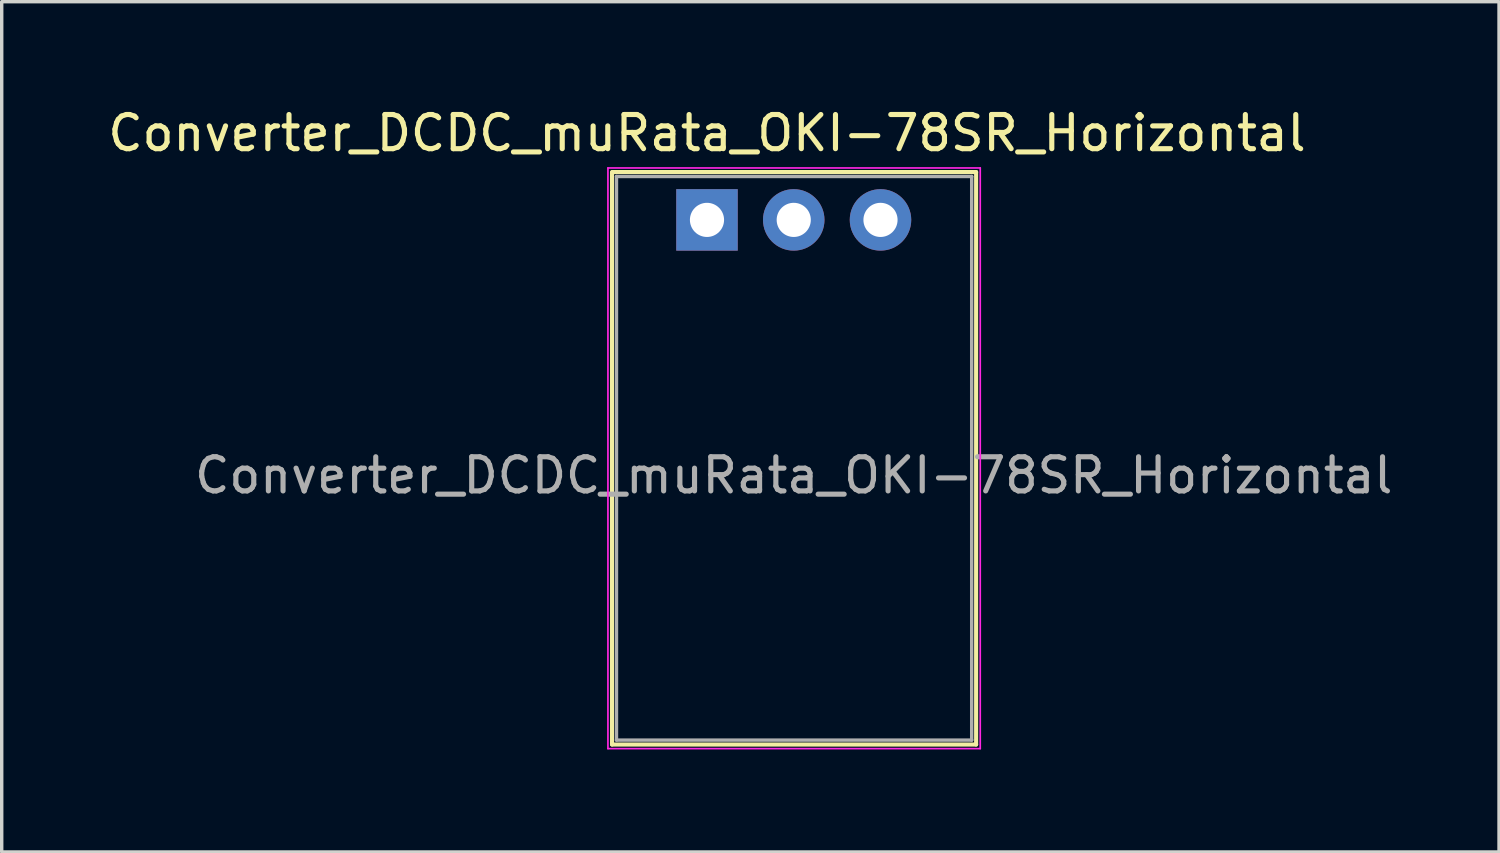
<source format=kicad_pcb>
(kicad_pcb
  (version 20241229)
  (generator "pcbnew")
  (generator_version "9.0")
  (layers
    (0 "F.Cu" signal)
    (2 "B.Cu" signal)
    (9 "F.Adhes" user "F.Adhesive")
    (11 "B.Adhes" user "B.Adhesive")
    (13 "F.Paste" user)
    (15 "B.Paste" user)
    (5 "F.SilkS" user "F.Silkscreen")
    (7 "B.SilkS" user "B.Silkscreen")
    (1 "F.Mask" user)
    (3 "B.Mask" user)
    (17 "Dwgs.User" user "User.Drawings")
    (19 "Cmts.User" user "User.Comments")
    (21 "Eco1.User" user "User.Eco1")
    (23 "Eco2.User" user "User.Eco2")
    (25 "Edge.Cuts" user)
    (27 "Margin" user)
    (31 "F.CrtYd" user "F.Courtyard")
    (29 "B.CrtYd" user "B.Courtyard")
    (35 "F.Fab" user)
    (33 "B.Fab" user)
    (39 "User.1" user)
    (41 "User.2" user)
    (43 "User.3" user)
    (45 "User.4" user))
  (footprint "Converter_DCDC_muRata_OKI-78SR_Horizontal"
    (layer "F.Cu")
    (at 17.649 3.388)
    (property "Reference" "Converter_DCDC_muRata_OKI-78SR_Horizontal" (at 0 -2.54 180) (layer "F.SilkS") (effects (font (size 1 1) (thickness 0.15))))
    (attr through_hole)
    (fp_line (start -2.78 -1.4) (end -2.78 15.36) (stroke (width 0.12) (type solid)) (layer "F.SilkS"))
    (fp_line (start -2.78 15.36) (end 7.88 15.36) (stroke (width 0.12) (type solid)) (layer "F.SilkS"))
    (fp_line (start 7.88 -1.4) (end -2.77 -1.4) (stroke (width 0.12) (type solid)) (layer "F.SilkS"))
    (fp_line (start 7.88 15.36) (end 7.88 -1.4) (stroke (width 0.12) (type solid)) (layer "F.SilkS"))
    (fp_line (start -2.9 -1.52) (end -2.9 15.48) (stroke (width 0.05) (type solid)) (layer "F.CrtYd"))
    (fp_line (start -2.9 15.48) (end 8 15.48) (stroke (width 0.05) (type solid)) (layer "F.CrtYd"))
    (fp_line (start 8 -1.52) (end -2.9 -1.52) (stroke (width 0.05) (type solid)) (layer "F.CrtYd"))
    (fp_line (start 8 15.48) (end 8 -1.52) (stroke (width 0.05) (type solid)) (layer "F.CrtYd"))
    (fp_line (start -2.65 -1.27) (end 7.75 -1.27) (stroke (width 0.1) (type solid)) (layer "F.Fab"))
    (fp_line (start -2.65 15.23) (end -2.65 -1.27) (stroke (width 0.1) (type solid)) (layer "F.Fab"))
    (fp_line (start 7.75 -1.27) (end 7.75 15.23) (stroke (width 0.1) (type solid)) (layer "F.Fab"))
    (fp_line (start 7.75 15.23) (end -2.65 15.23) (stroke (width 0.1) (type solid)) (layer "F.Fab"))
    (fp_text user "${REFERENCE}" (at 2.54 7.48 180) (layer "F.Fab") (effects (font (size 1 1) (thickness 0.15))))
    (pad "1" thru_hole rect (at 0 0 180) (size 1.8 1.8) (drill 1) (layers "*.Cu" "*.Mask"))
    (pad "2" thru_hole circle (at 2.54 0 180) (size 1.8 1.8) (drill 1) (layers "*.Cu" "*.Mask"))
    (pad "3" thru_hole circle (at 5.08 0 180) (size 1.8 1.8) (drill 1) (layers "*.Cu" "*.Mask")))
  (gr_rect
    (start -3 -3)
    (end 40.838 21.893)
    (stroke (width 0.1) (type default))
    (fill no)
    (layer "Edge.Cuts")))
</source>
